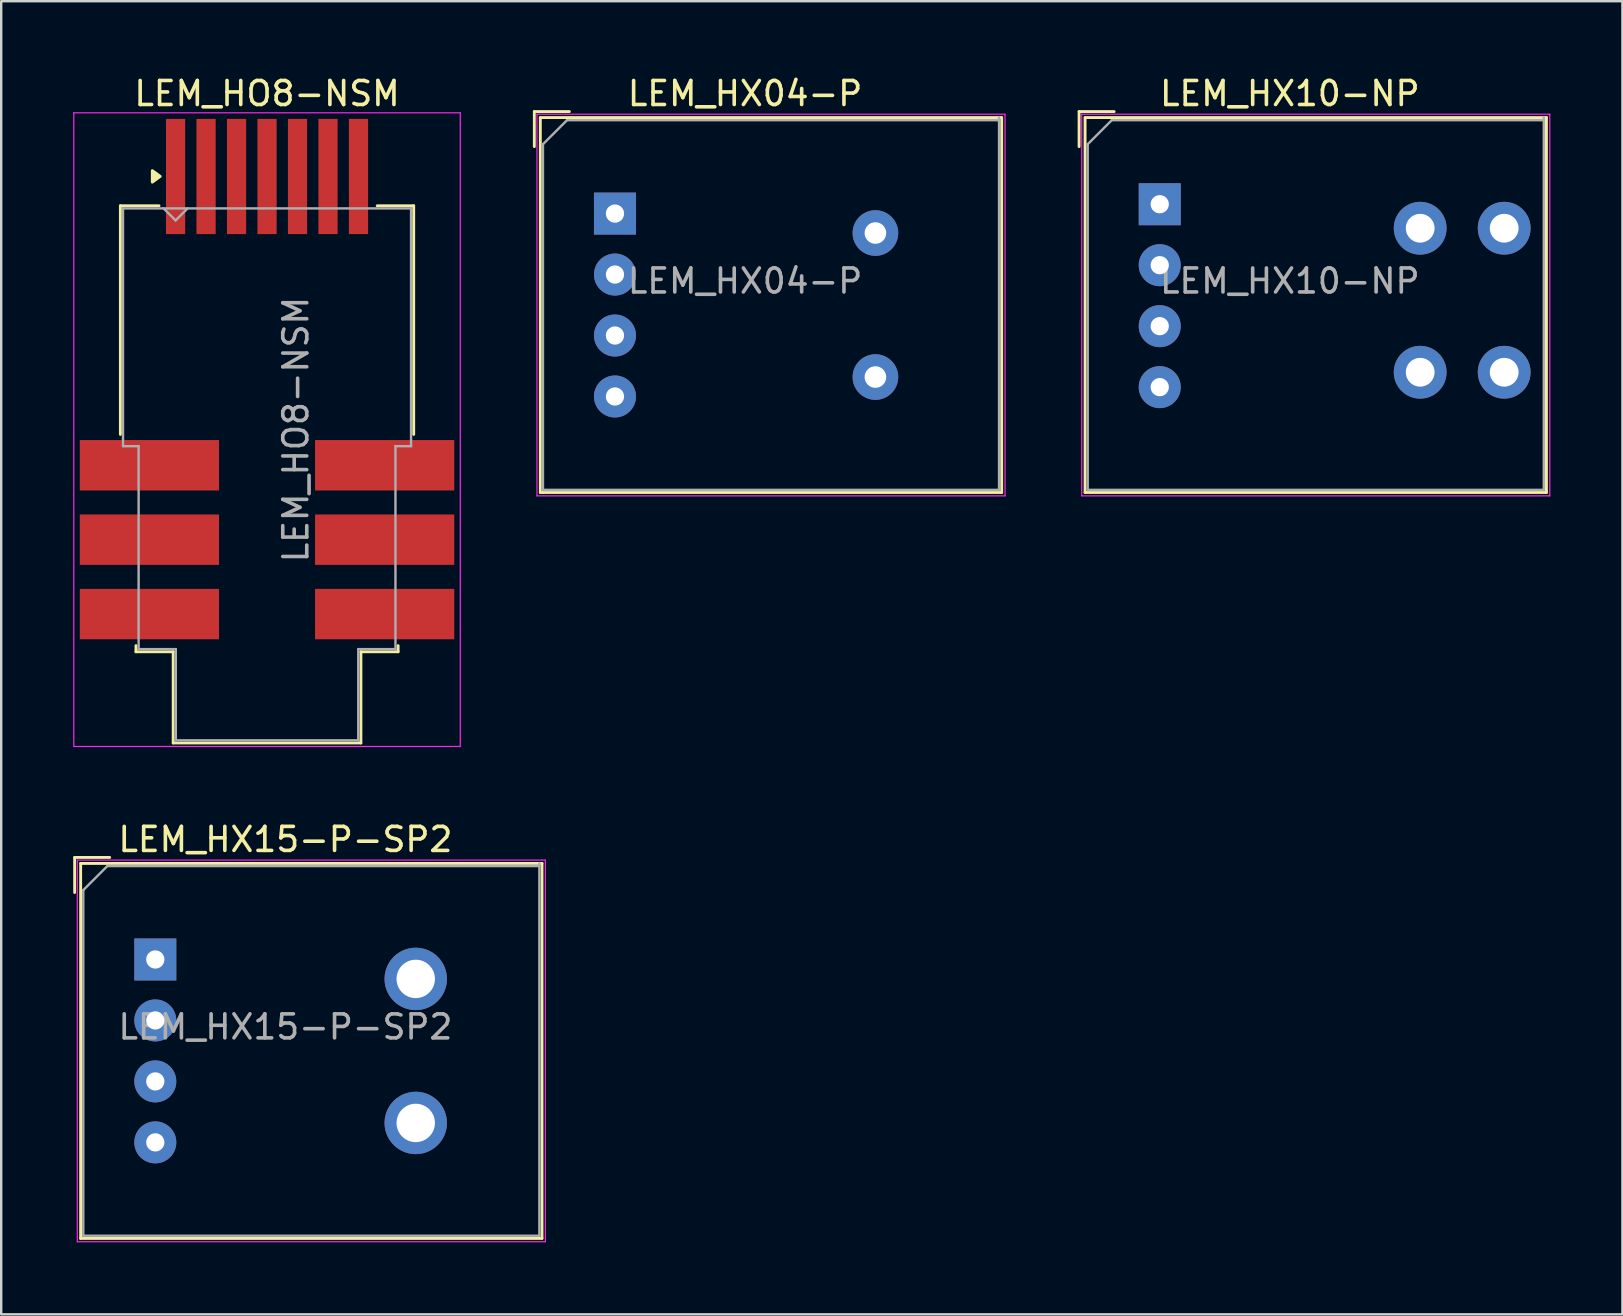
<source format=kicad_pcb>
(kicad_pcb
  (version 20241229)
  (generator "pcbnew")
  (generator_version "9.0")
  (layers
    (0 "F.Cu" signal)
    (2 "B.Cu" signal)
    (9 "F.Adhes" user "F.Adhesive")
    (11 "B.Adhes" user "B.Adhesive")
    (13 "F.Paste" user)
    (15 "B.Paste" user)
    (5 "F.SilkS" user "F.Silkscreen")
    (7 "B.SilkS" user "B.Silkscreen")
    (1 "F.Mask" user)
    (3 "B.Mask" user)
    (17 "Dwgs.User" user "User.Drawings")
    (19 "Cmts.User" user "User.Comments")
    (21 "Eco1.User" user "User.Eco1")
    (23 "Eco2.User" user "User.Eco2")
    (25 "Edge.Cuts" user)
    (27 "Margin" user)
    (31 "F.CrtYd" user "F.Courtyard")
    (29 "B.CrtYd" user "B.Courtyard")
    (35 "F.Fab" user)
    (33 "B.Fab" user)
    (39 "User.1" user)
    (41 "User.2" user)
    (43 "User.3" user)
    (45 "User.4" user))
  (footprint "LEM_HO8-NSM"
    (layer "F.Cu")
    (at 8.075 14.848)
    (property "Reference" "LEM_HO8-NSM" (at 0 -14 0) (layer "F.SilkS") (effects (font (size 1 1) (thickness 0.15))))
    (attr smd)
    (fp_line (start -6.11 -9.325) (end -6.11 0.2) (stroke (width 0.12) (type solid)) (layer "F.SilkS"))
    (fp_line (start -6.11 -9.325) (end -4.5 -9.325) (stroke (width 0.12) (type solid)) (layer "F.SilkS"))
    (fp_line (start -5.46 9) (end -5.46 9.255) (stroke (width 0.12) (type solid)) (layer "F.SilkS"))
    (fp_line (start -5.46 9.255) (end -3.91 9.255) (stroke (width 0.12) (type solid)) (layer "F.SilkS"))
    (fp_line (start -3.91 9.255) (end -3.91 13.055) (stroke (width 0.12) (type solid)) (layer "F.SilkS"))
    (fp_line (start -3.91 13.055) (end 3.91 13.055) (stroke (width 0.12) (type solid)) (layer "F.SilkS"))
    (fp_line (start 3.91 9.255) (end 5.46 9.255) (stroke (width 0.12) (type solid)) (layer "F.SilkS"))
    (fp_line (start 3.91 13.055) (end 3.91 9.255) (stroke (width 0.12) (type solid)) (layer "F.SilkS"))
    (fp_line (start 5.46 9) (end 5.46 9.255) (stroke (width 0.12) (type solid)) (layer "F.SilkS"))
    (fp_line (start 6.11 -9.325) (end 4.59 -9.325) (stroke (width 0.12) (type solid)) (layer "F.SilkS"))
    (fp_line (start 6.11 0.2) (end 6.11 -9.325) (stroke (width 0.12) (type solid)) (layer "F.SilkS"))
    (fp_poly (pts (xy -4.45 -10.55) (xy -4.78 -10.31) (xy -4.78 -10.79) (xy -4.45 -10.55)) (stroke (width 0.12) (type solid)) (fill yes) (layer "F.SilkS"))
    (fp_line (start -8.05 -13.2) (end -8.05 13.2) (stroke (width 0.05) (type solid)) (layer "F.CrtYd"))
    (fp_line (start -8.05 13.2) (end 8.05 13.2) (stroke (width 0.05) (type solid)) (layer "F.CrtYd"))
    (fp_line (start 8.05 -13.2) (end -8.05 -13.2) (stroke (width 0.05) (type solid)) (layer "F.CrtYd"))
    (fp_line (start 8.05 13.2) (end 8.05 -13.2) (stroke (width 0.05) (type solid)) (layer "F.CrtYd"))
    (fp_line (start -6 0.69) (end -6 -9.215) (stroke (width 0.1) (type solid)) (layer "F.Fab"))
    (fp_line (start -6 0.69) (end -5.35 0.69) (stroke (width 0.1) (type solid)) (layer "F.Fab"))
    (fp_line (start -5.35 0.69) (end -5.35 9.145) (stroke (width 0.1) (type solid)) (layer "F.Fab"))
    (fp_line (start -4.31 -9.215) (end -3.81 -8.715) (stroke (width 0.1) (type solid)) (layer "F.Fab"))
    (fp_line (start -3.81 -8.715) (end -3.31 -9.215) (stroke (width 0.1) (type solid)) (layer "F.Fab"))
    (fp_line (start -3.8 9.145) (end -5.35 9.145) (stroke (width 0.1) (type solid)) (layer "F.Fab"))
    (fp_line (start -3.8 12.945) (end -3.8 9.145) (stroke (width 0.1) (type solid)) (layer "F.Fab"))
    (fp_line (start -3.8 12.945) (end 3.8 12.945) (stroke (width 0.1) (type solid)) (layer "F.Fab"))
    (fp_line (start 3.8 9.145) (end 5.35 9.145) (stroke (width 0.1) (type solid)) (layer "F.Fab"))
    (fp_line (start 3.8 12.945) (end 3.8 9.145) (stroke (width 0.1) (type solid)) (layer "F.Fab"))
    (fp_line (start 5.35 0.69) (end 5.35 9.145) (stroke (width 0.1) (type solid)) (layer "F.Fab"))
    (fp_line (start 6 -9.215) (end -6 -9.215) (stroke (width 0.1) (type solid)) (layer "F.Fab"))
    (fp_line (start 6 -9.215) (end 6 0.69) (stroke (width 0.1) (type solid)) (layer "F.Fab"))
    (fp_line (start 6 0.69) (end 5.35 0.69) (stroke (width 0.1) (type solid)) (layer "F.Fab"))
    (fp_text user "${REFERENCE}" (at 1.2 0 90) (layer "F.Fab") (effects (font (size 1 1) (thickness 0.15))))
    (pad "1" smd rect (at -3.81 -10.545) (size 0.8 4.8) (layers "F.Cu" "F.Mask" "F.Paste"))
    (pad "2" smd rect (at -2.54 -10.545) (size 0.8 4.8) (layers "F.Cu" "F.Mask" "F.Paste"))
    (pad "3" smd rect (at -1.27 -10.545) (size 0.8 4.8) (layers "F.Cu" "F.Mask" "F.Paste"))
    (pad "4" smd rect (at 0 -10.545) (size 0.8 4.8) (layers "F.Cu" "F.Mask" "F.Paste"))
    (pad "5" smd rect (at 1.27 -10.545) (size 0.8 4.8) (layers "F.Cu" "F.Mask" "F.Paste"))
    (pad "6" smd rect (at 2.54 -10.545) (size 0.8 4.8) (layers "F.Cu" "F.Mask" "F.Paste"))
    (pad "7" smd rect (at 3.81 -10.545) (size 0.8 4.8) (layers "F.Cu" "F.Mask" "F.Paste"))
    (pad "8" smd rect (at 4.9 1.485) (size 5.8 2.1) (layers "F.Cu" "F.Mask" "F.Paste"))
    (pad "9" smd rect (at 4.9 4.585) (size 5.8 2.1) (layers "F.Cu" "F.Mask" "F.Paste"))
    (pad "10" smd rect (at 4.9 7.685) (size 5.8 2.1) (layers "F.Cu" "F.Mask" "F.Paste"))
    (pad "11" smd rect (at -4.9 7.685) (size 5.8 2.1) (layers "F.Cu" "F.Mask" "F.Paste"))
    (pad "12" smd rect (at -4.9 4.585) (size 5.8 2.1) (layers "F.Cu" "F.Mask" "F.Paste"))
    (pad "13" smd rect (at -4.9 1.485) (size 5.8 2.1) (layers "F.Cu" "F.Mask" "F.Paste")))
  (footprint "LEM_HX04-P"
    (layer "F.Cu")
    (at 22.57 5.848)
    (property "Reference" "LEM_HX04-P" (at 5.42 -5 0) (layer "F.SilkS") (effects (font (size 1 1) (thickness 0.15))))
    (attr through_hole)
    (fp_line (start -3.36 -2.79) (end -3.36 -4.25) (stroke (width 0.12) (type solid)) (layer "F.SilkS"))
    (fp_line (start -3.11 -4) (end -3.11 11.62) (stroke (width 0.12) (type solid)) (layer "F.SilkS"))
    (fp_line (start -3.11 11.62) (end 16.11 11.62) (stroke (width 0.12) (type solid)) (layer "F.SilkS"))
    (fp_line (start -1.9 -4.25) (end -3.36 -4.25) (stroke (width 0.12) (type solid)) (layer "F.SilkS"))
    (fp_line (start 16.11 -4) (end -3.11 -4) (stroke (width 0.12) (type solid)) (layer "F.SilkS"))
    (fp_line (start 16.11 11.62) (end 16.11 -4) (stroke (width 0.12) (type solid)) (layer "F.SilkS"))
    (fp_line (start -3.25 -4.14) (end -3.25 11.76) (stroke (width 0.05) (type solid)) (layer "F.CrtYd"))
    (fp_line (start -3.25 11.76) (end 16.25 11.76) (stroke (width 0.05) (type solid)) (layer "F.CrtYd"))
    (fp_line (start 16.25 -4.14) (end -3.25 -4.14) (stroke (width 0.05) (type solid)) (layer "F.CrtYd"))
    (fp_line (start 16.25 11.76) (end 16.25 -4.14) (stroke (width 0.05) (type solid)) (layer "F.CrtYd"))
    (fp_line (start -3 -2.89) (end -3 11.51) (stroke (width 0.1) (type solid)) (layer "F.Fab"))
    (fp_line (start -3 11.51) (end 16 11.51) (stroke (width 0.1) (type solid)) (layer "F.Fab"))
    (fp_line (start -2 -3.89) (end -3 -2.89) (stroke (width 0.1) (type solid)) (layer "F.Fab"))
    (fp_line (start 16 -3.89) (end -2 -3.89) (stroke (width 0.1) (type solid)) (layer "F.Fab"))
    (fp_line (start 16 11.51) (end 16 -4) (stroke (width 0.1) (type solid)) (layer "F.Fab"))
    (fp_text user "${REFERENCE}" (at 5.42 2.81 0) (layer "F.Fab") (effects (font (size 1 1) (thickness 0.15))))
    (pad "1" thru_hole rect (at 0 0) (size 1.75 1.75) (drill 0.76) (layers "*.Cu" "*.Mask"))
    (pad "2" thru_hole circle (at 0 2.54) (size 1.75 1.75) (drill 0.76) (layers "*.Cu" "*.Mask"))
    (pad "3" thru_hole circle (at 0 5.08) (size 1.75 1.75) (drill 0.76) (layers "*.Cu" "*.Mask"))
    (pad "4" thru_hole circle (at 0 7.62) (size 1.75 1.75) (drill 0.76) (layers "*.Cu" "*.Mask"))
    (pad "5" thru_hole circle (at 10.85 0.81) (size 1.9 1.9) (drill 0.9) (layers "*.Cu" "*.Mask"))
    (pad "6" thru_hole circle (at 10.85 6.81) (size 1.9 1.9) (drill 0.9) (layers "*.Cu" "*.Mask")))
  (footprint "LEM_HX10-NP"
    (layer "F.Cu")
    (at 45.265 5.458)
    (property "Reference" "LEM_HX10-NP" (at 5.42 -4.61 0) (layer "F.SilkS") (effects (font (size 1 1) (thickness 0.15))))
    (attr through_hole)
    (fp_line (start -3.36 -2.4) (end -3.36 -3.86) (stroke (width 0.12) (type solid)) (layer "F.SilkS"))
    (fp_line (start -3.11 -3.61) (end -3.11 12.01) (stroke (width 0.12) (type solid)) (layer "F.SilkS"))
    (fp_line (start -3.11 12.01) (end 16.11 12.01) (stroke (width 0.12) (type solid)) (layer "F.SilkS"))
    (fp_line (start -1.9 -3.86) (end -3.36 -3.86) (stroke (width 0.12) (type solid)) (layer "F.SilkS"))
    (fp_line (start 16.11 -3.61) (end -3.11 -3.61) (stroke (width 0.12) (type solid)) (layer "F.SilkS"))
    (fp_line (start 16.11 12.01) (end 16.11 -3.61) (stroke (width 0.12) (type solid)) (layer "F.SilkS"))
    (fp_line (start -3.25 -3.75) (end -3.25 12.15) (stroke (width 0.05) (type solid)) (layer "F.CrtYd"))
    (fp_line (start -3.25 12.15) (end 16.25 12.15) (stroke (width 0.05) (type solid)) (layer "F.CrtYd"))
    (fp_line (start 16.25 -3.75) (end -3.25 -3.75) (stroke (width 0.05) (type solid)) (layer "F.CrtYd"))
    (fp_line (start 16.25 12.15) (end 16.25 -3.75) (stroke (width 0.05) (type solid)) (layer "F.CrtYd"))
    (fp_line (start -3 -2.5) (end -3 11.9) (stroke (width 0.1) (type solid)) (layer "F.Fab"))
    (fp_line (start -3 11.9) (end 16 11.9) (stroke (width 0.1) (type solid)) (layer "F.Fab"))
    (fp_line (start -2 -3.5) (end -3 -2.5) (stroke (width 0.1) (type solid)) (layer "F.Fab"))
    (fp_line (start 16 -3.5) (end -2 -3.5) (stroke (width 0.1) (type solid)) (layer "F.Fab"))
    (fp_line (start 16 11.9) (end 16 -3.61) (stroke (width 0.1) (type solid)) (layer "F.Fab"))
    (fp_text user "${REFERENCE}" (at 5.42 3.2 0) (layer "F.Fab") (effects (font (size 1 1) (thickness 0.15))))
    (pad "1" thru_hole rect (at 0 0) (size 1.75 1.75) (drill 0.76) (layers "*.Cu" "*.Mask"))
    (pad "2" thru_hole circle (at 0 2.54) (size 1.75 1.75) (drill 0.76) (layers "*.Cu" "*.Mask"))
    (pad "3" thru_hole circle (at 0 5.08) (size 1.75 1.75) (drill 0.76) (layers "*.Cu" "*.Mask"))
    (pad "4" thru_hole circle (at 0 7.62) (size 1.75 1.75) (drill 0.76) (layers "*.Cu" "*.Mask"))
    (pad "5" thru_hole circle (at 10.85 1) (size 2.2 2.2) (drill 1.2) (layers "*.Cu" "*.Mask"))
    (pad "6" thru_hole circle (at 10.85 7) (size 2.2 2.2) (drill 1.2) (layers "*.Cu" "*.Mask"))
    (pad "7" thru_hole circle (at 14.35 1) (size 2.2 2.2) (drill 1.2) (layers "*.Cu" "*.Mask"))
    (pad "8" thru_hole circle (at 14.35 7) (size 2.2 2.2) (drill 1.2) (layers "*.Cu" "*.Mask")))
  (footprint "LEM_HX15-P-SP2"
    (layer "F.Cu")
    (at 3.42 36.922)
    (property "Reference" "LEM_HX15-P-SP2" (at 5.42 -5 0) (layer "F.SilkS") (effects (font (size 1 1) (thickness 0.15))))
    (attr through_hole)
    (fp_line (start -3.36 -2.79) (end -3.36 -4.25) (stroke (width 0.12) (type solid)) (layer "F.SilkS"))
    (fp_line (start -3.11 -4) (end -3.11 11.62) (stroke (width 0.12) (type solid)) (layer "F.SilkS"))
    (fp_line (start -3.11 11.62) (end 16.11 11.62) (stroke (width 0.12) (type solid)) (layer "F.SilkS"))
    (fp_line (start -1.9 -4.25) (end -3.36 -4.25) (stroke (width 0.12) (type solid)) (layer "F.SilkS"))
    (fp_line (start 16.11 -4) (end -3.11 -4) (stroke (width 0.12) (type solid)) (layer "F.SilkS"))
    (fp_line (start 16.11 11.62) (end 16.11 -4) (stroke (width 0.12) (type solid)) (layer "F.SilkS"))
    (fp_line (start -3.25 -4.14) (end -3.25 11.76) (stroke (width 0.05) (type solid)) (layer "F.CrtYd"))
    (fp_line (start -3.25 11.76) (end 16.25 11.76) (stroke (width 0.05) (type solid)) (layer "F.CrtYd"))
    (fp_line (start 16.25 -4.14) (end -3.25 -4.14) (stroke (width 0.05) (type solid)) (layer "F.CrtYd"))
    (fp_line (start 16.25 11.76) (end 16.25 -4.14) (stroke (width 0.05) (type solid)) (layer "F.CrtYd"))
    (fp_line (start -3 -2.89) (end -3 11.51) (stroke (width 0.1) (type solid)) (layer "F.Fab"))
    (fp_line (start -3 11.51) (end 16 11.51) (stroke (width 0.1) (type solid)) (layer "F.Fab"))
    (fp_line (start -2 -3.89) (end -3 -2.89) (stroke (width 0.1) (type solid)) (layer "F.Fab"))
    (fp_line (start 16 -3.89) (end -2 -3.89) (stroke (width 0.1) (type solid)) (layer "F.Fab"))
    (fp_line (start 16 11.51) (end 16 -4) (stroke (width 0.1) (type solid)) (layer "F.Fab"))
    (fp_text user "${REFERENCE}" (at 5.42 2.81 0) (layer "F.Fab") (effects (font (size 1 1) (thickness 0.15))))
    (pad "1" thru_hole rect (at 0 0) (size 1.75 1.75) (drill 0.76) (layers "*.Cu" "*.Mask"))
    (pad "2" thru_hole circle (at 0 2.54) (size 1.75 1.75) (drill 0.76) (layers "*.Cu" "*.Mask"))
    (pad "3" thru_hole circle (at 0 5.08) (size 1.75 1.75) (drill 0.76) (layers "*.Cu" "*.Mask"))
    (pad "4" thru_hole circle (at 0 7.62) (size 1.75 1.75) (drill 0.76) (layers "*.Cu" "*.Mask"))
    (pad "5" thru_hole circle (at 10.85 0.81) (size 2.6 2.6) (drill 1.6) (layers "*.Cu" "*.Mask"))
    (pad "6" thru_hole circle (at 10.85 6.81) (size 2.6 2.6) (drill 1.6) (layers "*.Cu" "*.Mask")))
  (gr_rect
    (start -3 -3)
    (end 64.54 51.706)
    (stroke (width 0.1) (type default))
    (fill no)
    (layer "Edge.Cuts")))
</source>
